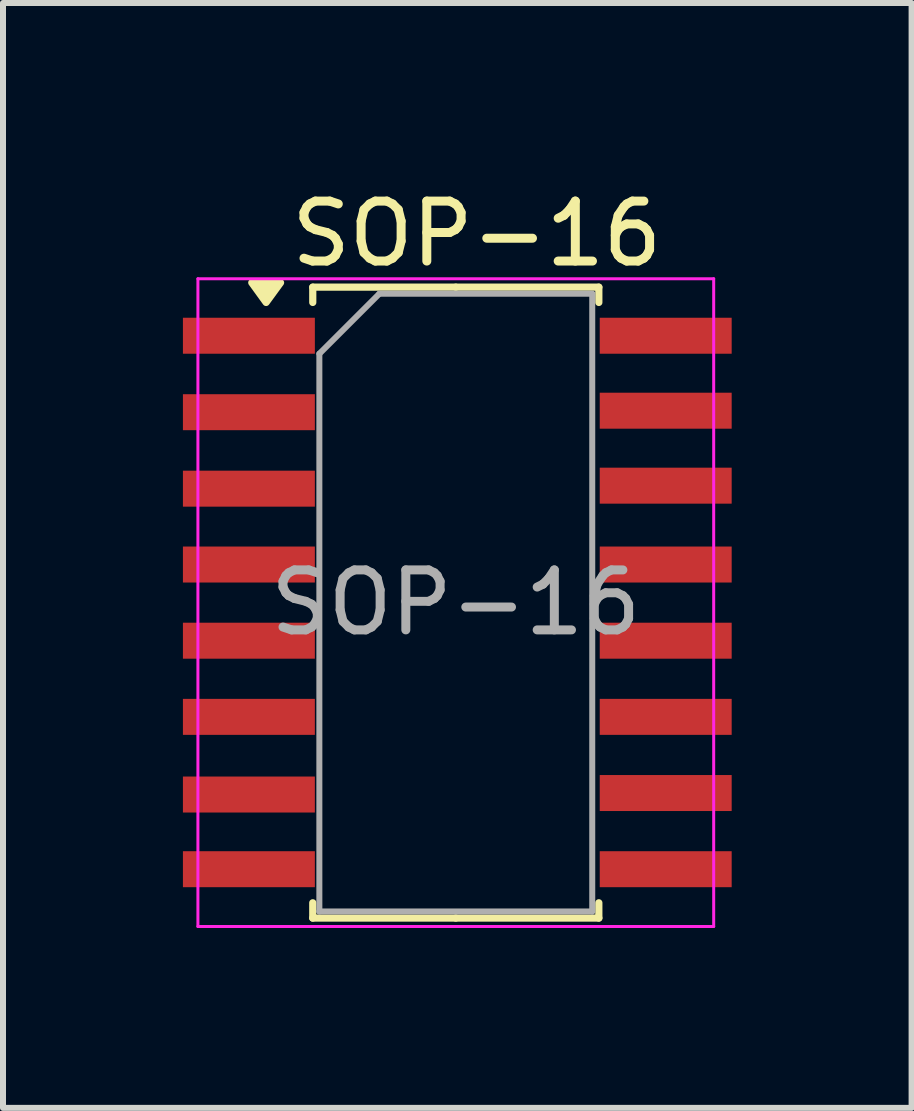
<source format=kicad_pcb>
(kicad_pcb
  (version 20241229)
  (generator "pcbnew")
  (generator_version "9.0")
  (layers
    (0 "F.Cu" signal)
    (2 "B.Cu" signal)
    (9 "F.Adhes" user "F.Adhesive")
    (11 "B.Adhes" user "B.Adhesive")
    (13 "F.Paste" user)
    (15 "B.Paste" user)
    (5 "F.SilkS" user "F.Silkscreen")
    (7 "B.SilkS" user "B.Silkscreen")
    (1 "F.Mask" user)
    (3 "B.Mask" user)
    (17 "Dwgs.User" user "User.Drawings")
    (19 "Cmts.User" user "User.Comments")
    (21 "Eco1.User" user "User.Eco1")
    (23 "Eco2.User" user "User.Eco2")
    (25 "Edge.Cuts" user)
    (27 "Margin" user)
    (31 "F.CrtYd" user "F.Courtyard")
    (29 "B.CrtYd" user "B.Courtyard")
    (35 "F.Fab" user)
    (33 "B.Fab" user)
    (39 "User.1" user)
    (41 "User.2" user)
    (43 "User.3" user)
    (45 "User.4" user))
  (footprint "SOP-16"
    (layer "F.Cu")
    (at 4.55 6.998)
    (property "Reference" "SOP-16" (at 0.35 -6.15 0) (layer "F.SilkS") (effects (font (size 1 1) (thickness 0.15))))
    (attr smd)
    (fp_line (start -2.385 -5.26) (end -2.385 -5.005) (stroke (width 0.12) (type solid)) (layer "F.SilkS"))
    (fp_line (start -2.385 5.26) (end -2.385 5.005) (stroke (width 0.12) (type solid)) (layer "F.SilkS"))
    (fp_line (start 0 -5.26) (end -2.385 -5.26) (stroke (width 0.12) (type solid)) (layer "F.SilkS"))
    (fp_line (start 0 -5.26) (end 2.385 -5.26) (stroke (width 0.12) (type solid)) (layer "F.SilkS"))
    (fp_line (start 0 5.26) (end -2.385 5.26) (stroke (width 0.12) (type solid)) (layer "F.SilkS"))
    (fp_line (start 0 5.26) (end 2.385 5.26) (stroke (width 0.12) (type solid)) (layer "F.SilkS"))
    (fp_line (start 2.385 -5.26) (end 2.385 -5.005) (stroke (width 0.12) (type solid)) (layer "F.SilkS"))
    (fp_line (start 2.385 5.26) (end 2.385 5.005) (stroke (width 0.12) (type solid)) (layer "F.SilkS"))
    (fp_poly (pts (xy -3.163 -5.005) (xy -3.402 -5.335) (xy -2.922 -5.335) (xy -3.163 -5.005)) (stroke (width 0.12) (type solid)) (fill yes) (layer "F.SilkS"))
    (fp_line (start -4.3 -5.4) (end -4.3 5.4) (stroke (width 0.05) (type solid)) (layer "F.CrtYd"))
    (fp_line (start -4.3 5.4) (end 4.3 5.4) (stroke (width 0.05) (type solid)) (layer "F.CrtYd"))
    (fp_line (start 4.3 -5.4) (end -4.3 -5.4) (stroke (width 0.05) (type solid)) (layer "F.CrtYd"))
    (fp_line (start 4.3 5.4) (end 4.3 -5.4) (stroke (width 0.05) (type solid)) (layer "F.CrtYd"))
    (fp_line (start -2.275 -4.15) (end -1.275 -5.15) (stroke (width 0.1) (type solid)) (layer "F.Fab"))
    (fp_line (start -2.275 5.15) (end -2.275 -4.15) (stroke (width 0.1) (type solid)) (layer "F.Fab"))
    (fp_line (start -1.275 -5.15) (end 2.275 -5.15) (stroke (width 0.1) (type solid)) (layer "F.Fab"))
    (fp_line (start 2.275 -5.15) (end 2.275 5.15) (stroke (width 0.1) (type solid)) (layer "F.Fab"))
    (fp_line (start 2.275 5.15) (end -2.275 5.15) (stroke (width 0.1) (type solid)) (layer "F.Fab"))
    (fp_text user "${REFERENCE}" (at 0 0 0) (layer "F.Fab") (effects (font (size 1 1) (thickness 0.15))))
    (pad "1" smd rect (at -3.45 -4.45) (size 2.2 0.6) (layers "F.Cu" "F.Mask" "F.Paste"))
    (pad "2" smd rect (at -3.45 -3.175) (size 2.2 0.6) (layers "F.Cu" "F.Mask" "F.Paste"))
    (pad "3" smd rect (at -3.45 -1.9) (size 2.2 0.6) (layers "F.Cu" "F.Mask" "F.Paste"))
    (pad "4" smd rect (at -3.45 -0.635) (size 2.2 0.6) (layers "F.Cu" "F.Mask" "F.Paste"))
    (pad "5" smd rect (at -3.45 0.635) (size 2.2 0.6) (layers "F.Cu" "F.Mask" "F.Paste"))
    (pad "6" smd rect (at -3.45 1.905) (size 2.2 0.6) (layers "F.Cu" "F.Mask" "F.Paste"))
    (pad "7" smd rect (at -3.45 3.2) (size 2.2 0.6) (layers "F.Cu" "F.Mask" "F.Paste"))
    (pad "8" smd rect (at -3.45 4.445) (size 2.2 0.6) (layers "F.Cu" "F.Mask" "F.Paste"))
    (pad "9" smd rect (at 3.5 4.445) (size 2.2 0.6) (layers "F.Cu" "F.Mask" "F.Paste"))
    (pad "10" smd rect (at 3.5 3.175) (size 2.2 0.6) (layers "F.Cu" "F.Mask" "F.Paste"))
    (pad "11" smd rect (at 3.5 1.905) (size 2.2 0.6) (layers "F.Cu" "F.Mask" "F.Paste"))
    (pad "12" smd rect (at 3.5 0.635) (size 2.2 0.6) (layers "F.Cu" "F.Mask" "F.Paste"))
    (pad "13" smd rect (at 3.5 -0.635) (size 2.2 0.6) (layers "F.Cu" "F.Mask" "F.Paste"))
    (pad "14" smd rect (at 3.5 -1.95) (size 2.2 0.6) (layers "F.Cu" "F.Mask" "F.Paste"))
    (pad "15" smd rect (at 3.5 -3.2) (size 2.2 0.6) (layers "F.Cu" "F.Mask" "F.Paste"))
    (pad "16" smd rect (at 3.5 -4.45) (size 2.2 0.6) (layers "F.Cu" "F.Mask" "F.Paste")))
  (gr_rect
    (start -3 -3)
    (end 12.15 15.423)
    (stroke (width 0.1) (type default))
    (fill no)
    (layer "Edge.Cuts")))
</source>
